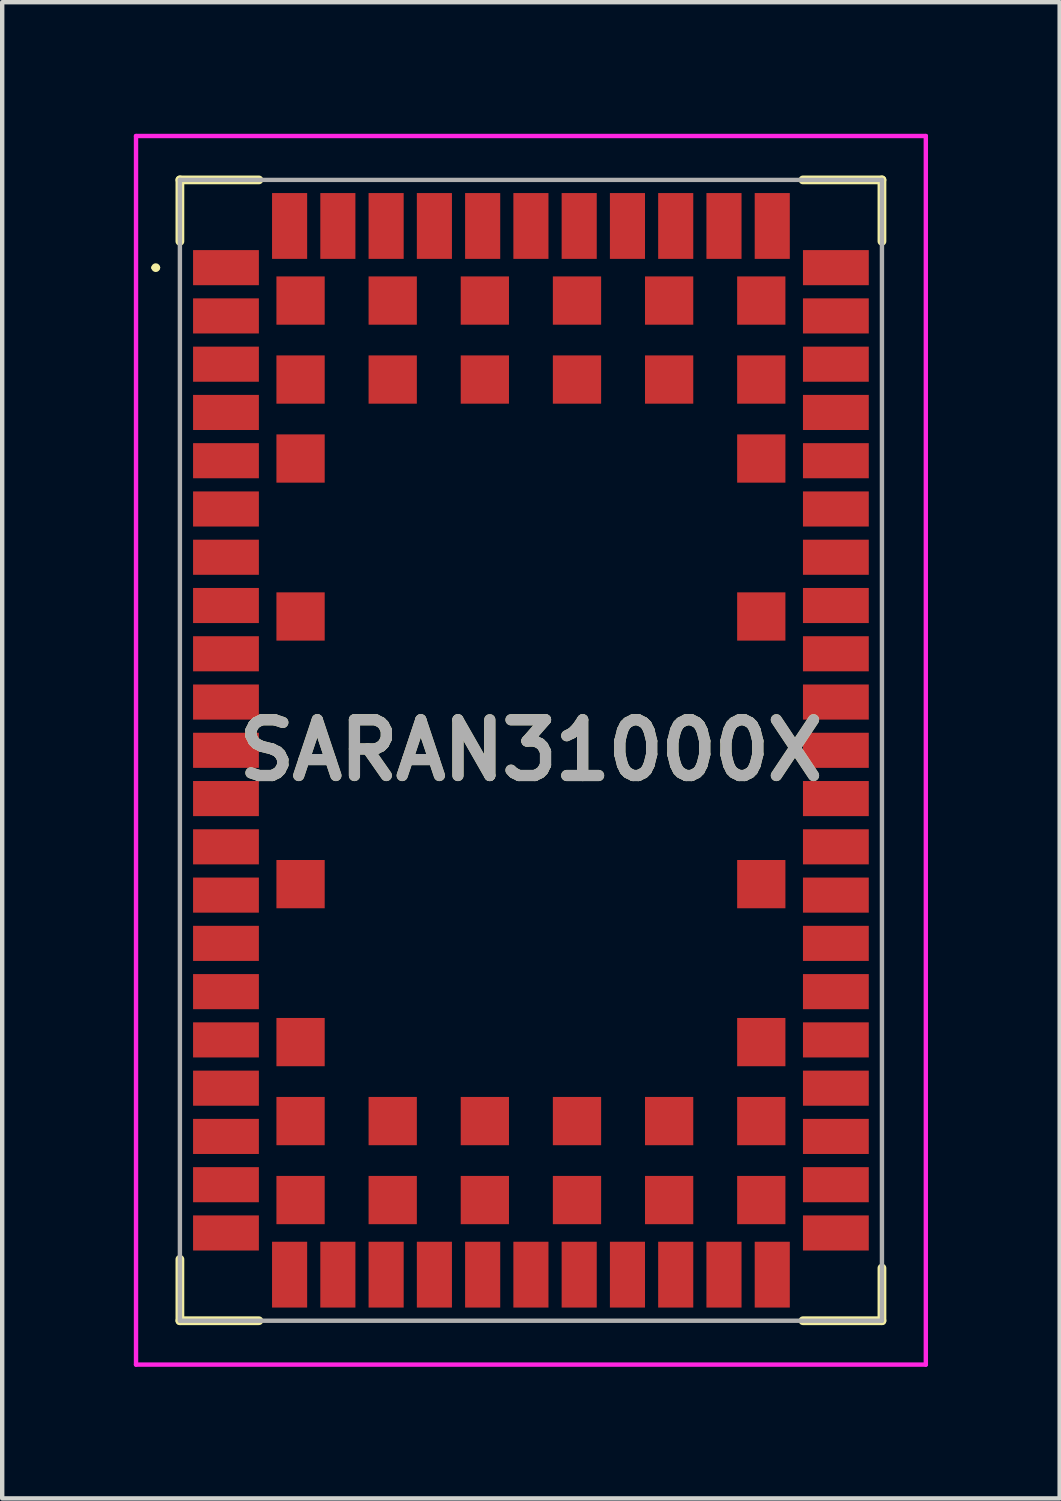
<source format=kicad_pcb>
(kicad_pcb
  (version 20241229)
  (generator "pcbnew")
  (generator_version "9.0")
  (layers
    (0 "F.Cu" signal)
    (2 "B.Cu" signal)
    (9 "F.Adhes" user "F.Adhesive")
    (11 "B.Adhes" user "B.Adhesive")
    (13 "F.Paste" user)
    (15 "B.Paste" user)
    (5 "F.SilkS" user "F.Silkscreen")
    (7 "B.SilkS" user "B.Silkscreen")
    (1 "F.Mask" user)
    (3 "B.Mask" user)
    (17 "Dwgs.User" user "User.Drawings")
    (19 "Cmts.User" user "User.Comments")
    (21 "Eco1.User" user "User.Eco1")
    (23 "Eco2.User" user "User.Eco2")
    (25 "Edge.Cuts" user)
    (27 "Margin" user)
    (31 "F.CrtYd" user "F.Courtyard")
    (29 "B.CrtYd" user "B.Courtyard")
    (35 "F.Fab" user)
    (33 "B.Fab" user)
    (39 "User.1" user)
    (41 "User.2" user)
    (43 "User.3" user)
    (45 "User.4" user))
  (footprint "SARAN31000X"
    (layer "F.Cu")
    (at 9.05 14.05)
    (property "Reference" "SARAN31000X" (at 0 0 0) (layer "F.SilkS") (effects (font (size 1.27 1.27) (thickness 0.254))))
    (attr smd)
    (fp_line (start -8.6 -11) (end -8.6 -11) (stroke (width 0.1) (type solid)) (layer "F.SilkS"))
    (fp_line (start -8.5 -11) (end -8.5 -11) (stroke (width 0.1) (type solid)) (layer "F.SilkS"))
    (fp_line (start -8 -13) (end -6.2 -13) (stroke (width 0.2) (type solid)) (layer "F.SilkS"))
    (fp_line (start -8 -11.6) (end -8 -13) (stroke (width 0.2) (type solid)) (layer "F.SilkS"))
    (fp_line (start -8 11.6) (end -8 13) (stroke (width 0.2) (type solid)) (layer "F.SilkS"))
    (fp_line (start -8 13) (end -6.2 13) (stroke (width 0.2) (type solid)) (layer "F.SilkS"))
    (fp_line (start 6.2 -13) (end 8 -13) (stroke (width 0.2) (type solid)) (layer "F.SilkS"))
    (fp_line (start 6.2 13) (end 8 13) (stroke (width 0.2) (type solid)) (layer "F.SilkS"))
    (fp_line (start 8 -13) (end 8 -11.6) (stroke (width 0.2) (type solid)) (layer "F.SilkS"))
    (fp_line (start 8 13) (end 8 11.8) (stroke (width 0.2) (type solid)) (layer "F.SilkS"))
    (fp_arc (start -8.6 -11) (mid -8.55 -11.05) (end -8.5 -11) (stroke (width 0.1) (type solid)) (layer "F.SilkS"))
    (fp_arc (start -8.5 -11) (mid -8.55 -10.95) (end -8.6 -11) (stroke (width 0.1) (type solid)) (layer "F.SilkS"))
    (fp_line (start -9 -14) (end 9 -14) (stroke (width 0.1) (type solid)) (layer "F.CrtYd"))
    (fp_line (start -9 14) (end -9 -14) (stroke (width 0.1) (type solid)) (layer "F.CrtYd"))
    (fp_line (start 9 -14) (end 9 14) (stroke (width 0.1) (type solid)) (layer "F.CrtYd"))
    (fp_line (start 9 14) (end -9 14) (stroke (width 0.1) (type solid)) (layer "F.CrtYd"))
    (fp_line (start -8 -13) (end 8 -13) (stroke (width 0.1) (type solid)) (layer "F.Fab"))
    (fp_line (start -8 13) (end -8 -13) (stroke (width 0.1) (type solid)) (layer "F.Fab"))
    (fp_line (start 8 -13) (end 8 13) (stroke (width 0.1) (type solid)) (layer "F.Fab"))
    (fp_line (start 8 13) (end -8 13) (stroke (width 0.1) (type solid)) (layer "F.Fab"))
    (fp_text user "${REFERENCE}" (at 0 0 0) (layer "F.Fab") (effects (font (size 1.27 1.27) (thickness 0.254))))
    (pad "1" smd rect (at -6.95 -11 90) (size 0.8 1.5) (layers "F.Cu" "F.Mask" "F.Paste"))
    (pad "2" smd rect (at -6.95 -9.9 90) (size 0.8 1.5) (layers "F.Cu" "F.Mask" "F.Paste"))
    (pad "3" smd rect (at -6.95 -8.8 90) (size 0.8 1.5) (layers "F.Cu" "F.Mask" "F.Paste"))
    (pad "4" smd rect (at -6.95 -7.7 90) (size 0.8 1.5) (layers "F.Cu" "F.Mask" "F.Paste"))
    (pad "5" smd rect (at -6.95 -6.6 90) (size 0.8 1.5) (layers "F.Cu" "F.Mask" "F.Paste"))
    (pad "6" smd rect (at -6.95 -5.5 90) (size 0.8 1.5) (layers "F.Cu" "F.Mask" "F.Paste"))
    (pad "7" smd rect (at -6.95 -4.4 90) (size 0.8 1.5) (layers "F.Cu" "F.Mask" "F.Paste"))
    (pad "8" smd rect (at -6.95 -3.3 90) (size 0.8 1.5) (layers "F.Cu" "F.Mask" "F.Paste"))
    (pad "9" smd rect (at -6.95 -2.2 90) (size 0.8 1.5) (layers "F.Cu" "F.Mask" "F.Paste"))
    (pad "10" smd rect (at -6.95 -1.1 90) (size 0.8 1.5) (layers "F.Cu" "F.Mask" "F.Paste"))
    (pad "11" smd rect (at -6.95 0 90) (size 0.8 1.5) (layers "F.Cu" "F.Mask" "F.Paste"))
    (pad "12" smd rect (at -6.95 1.1 90) (size 0.8 1.5) (layers "F.Cu" "F.Mask" "F.Paste"))
    (pad "13" smd rect (at -6.95 2.2 90) (size 0.8 1.5) (layers "F.Cu" "F.Mask" "F.Paste"))
    (pad "14" smd rect (at -6.95 3.3 90) (size 0.8 1.5) (layers "F.Cu" "F.Mask" "F.Paste"))
    (pad "15" smd rect (at -6.95 4.4 90) (size 0.8 1.5) (layers "F.Cu" "F.Mask" "F.Paste"))
    (pad "16" smd rect (at -6.95 5.5 90) (size 0.8 1.5) (layers "F.Cu" "F.Mask" "F.Paste"))
    (pad "17" smd rect (at -6.95 6.6 90) (size 0.8 1.5) (layers "F.Cu" "F.Mask" "F.Paste"))
    (pad "18" smd rect (at -6.95 7.7 90) (size 0.8 1.5) (layers "F.Cu" "F.Mask" "F.Paste"))
    (pad "19" smd rect (at -6.95 8.8 90) (size 0.8 1.5) (layers "F.Cu" "F.Mask" "F.Paste"))
    (pad "20" smd rect (at -6.95 9.9 90) (size 0.8 1.5) (layers "F.Cu" "F.Mask" "F.Paste"))
    (pad "21" smd rect (at -6.95 11 90) (size 0.8 1.5) (layers "F.Cu" "F.Mask" "F.Paste"))
    (pad "22" smd rect (at -5.5 11.95) (size 0.8 1.5) (layers "F.Cu" "F.Mask" "F.Paste"))
    (pad "23" smd rect (at -4.4 11.95) (size 0.8 1.5) (layers "F.Cu" "F.Mask" "F.Paste"))
    (pad "24" smd rect (at -3.3 11.95) (size 0.8 1.5) (layers "F.Cu" "F.Mask" "F.Paste"))
    (pad "25" smd rect (at -2.2 11.95) (size 0.8 1.5) (layers "F.Cu" "F.Mask" "F.Paste"))
    (pad "26" smd rect (at -1.1 11.95) (size 0.8 1.5) (layers "F.Cu" "F.Mask" "F.Paste"))
    (pad "27" smd rect (at 0 11.95) (size 0.8 1.5) (layers "F.Cu" "F.Mask" "F.Paste"))
    (pad "28" smd rect (at 1.1 11.95) (size 0.8 1.5) (layers "F.Cu" "F.Mask" "F.Paste"))
    (pad "29" smd rect (at 2.2 11.95) (size 0.8 1.5) (layers "F.Cu" "F.Mask" "F.Paste"))
    (pad "30" smd rect (at 3.3 11.95) (size 0.8 1.5) (layers "F.Cu" "F.Mask" "F.Paste"))
    (pad "31" smd rect (at 4.4 11.95) (size 0.8 1.5) (layers "F.Cu" "F.Mask" "F.Paste"))
    (pad "32" smd rect (at 5.5 11.95) (size 0.8 1.5) (layers "F.Cu" "F.Mask" "F.Paste"))
    (pad "33" smd rect (at 6.95 11 90) (size 0.8 1.5) (layers "F.Cu" "F.Mask" "F.Paste"))
    (pad "34" smd rect (at 6.95 9.9 90) (size 0.8 1.5) (layers "F.Cu" "F.Mask" "F.Paste"))
    (pad "35" smd rect (at 6.95 8.8 90) (size 0.8 1.5) (layers "F.Cu" "F.Mask" "F.Paste"))
    (pad "36" smd rect (at 6.95 7.7 90) (size 0.8 1.5) (layers "F.Cu" "F.Mask" "F.Paste"))
    (pad "37" smd rect (at 6.95 6.6 90) (size 0.8 1.5) (layers "F.Cu" "F.Mask" "F.Paste"))
    (pad "38" smd rect (at 6.95 5.5 90) (size 0.8 1.5) (layers "F.Cu" "F.Mask" "F.Paste"))
    (pad "39" smd rect (at 6.95 4.4 90) (size 0.8 1.5) (layers "F.Cu" "F.Mask" "F.Paste"))
    (pad "40" smd rect (at 6.95 3.3 90) (size 0.8 1.5) (layers "F.Cu" "F.Mask" "F.Paste"))
    (pad "41" smd rect (at 6.95 2.2 90) (size 0.8 1.5) (layers "F.Cu" "F.Mask" "F.Paste"))
    (pad "42" smd rect (at 6.95 1.1 90) (size 0.8 1.5) (layers "F.Cu" "F.Mask" "F.Paste"))
    (pad "43" smd rect (at 6.95 0 90) (size 0.8 1.5) (layers "F.Cu" "F.Mask" "F.Paste"))
    (pad "44" smd rect (at 6.95 -1.1 90) (size 0.8 1.5) (layers "F.Cu" "F.Mask" "F.Paste"))
    (pad "45" smd rect (at 6.95 -2.2 90) (size 0.8 1.5) (layers "F.Cu" "F.Mask" "F.Paste"))
    (pad "46" smd rect (at 6.95 -3.3 90) (size 0.8 1.5) (layers "F.Cu" "F.Mask" "F.Paste"))
    (pad "47" smd rect (at 6.95 -4.4 90) (size 0.8 1.5) (layers "F.Cu" "F.Mask" "F.Paste"))
    (pad "48" smd rect (at 6.95 -5.5 90) (size 0.8 1.5) (layers "F.Cu" "F.Mask" "F.Paste"))
    (pad "49" smd rect (at 6.95 -6.6 90) (size 0.8 1.5) (layers "F.Cu" "F.Mask" "F.Paste"))
    (pad "50" smd rect (at 6.95 -7.7 90) (size 0.8 1.5) (layers "F.Cu" "F.Mask" "F.Paste"))
    (pad "51" smd rect (at 6.95 -8.8 90) (size 0.8 1.5) (layers "F.Cu" "F.Mask" "F.Paste"))
    (pad "52" smd rect (at 6.95 -9.9 90) (size 0.8 1.5) (layers "F.Cu" "F.Mask" "F.Paste"))
    (pad "53" smd rect (at 6.95 -11 90) (size 0.8 1.5) (layers "F.Cu" "F.Mask" "F.Paste"))
    (pad "54" smd rect (at 5.5 -11.95) (size 0.8 1.5) (layers "F.Cu" "F.Mask" "F.Paste"))
    (pad "55" smd rect (at 4.4 -11.95) (size 0.8 1.5) (layers "F.Cu" "F.Mask" "F.Paste"))
    (pad "56" smd rect (at 3.3 -11.95) (size 0.8 1.5) (layers "F.Cu" "F.Mask" "F.Paste"))
    (pad "57" smd rect (at 2.2 -11.95) (size 0.8 1.5) (layers "F.Cu" "F.Mask" "F.Paste"))
    (pad "58" smd rect (at 1.1 -11.95) (size 0.8 1.5) (layers "F.Cu" "F.Mask" "F.Paste"))
    (pad "59" smd rect (at 0 -11.95) (size 0.8 1.5) (layers "F.Cu" "F.Mask" "F.Paste"))
    (pad "60" smd rect (at -1.1 -11.95) (size 0.8 1.5) (layers "F.Cu" "F.Mask" "F.Paste"))
    (pad "61" smd rect (at -2.2 -11.95) (size 0.8 1.5) (layers "F.Cu" "F.Mask" "F.Paste"))
    (pad "62" smd rect (at -3.3 -11.95) (size 0.8 1.5) (layers "F.Cu" "F.Mask" "F.Paste"))
    (pad "63" smd rect (at -4.4 -11.95) (size 0.8 1.5) (layers "F.Cu" "F.Mask" "F.Paste"))
    (pad "64" smd rect (at -5.5 -11.95) (size 0.8 1.5) (layers "F.Cu" "F.Mask" "F.Paste"))
    (pad "65" smd rect (at -5.25 -10.25) (size 1.1 1.1) (layers "F.Cu" "F.Mask" "F.Paste"))
    (pad "66" smd rect (at -3.15 -10.25) (size 1.1 1.1) (layers "F.Cu" "F.Mask" "F.Paste"))
    (pad "67" smd rect (at -1.05 -10.25) (size 1.1 1.1) (layers "F.Cu" "F.Mask" "F.Paste"))
    (pad "68" smd rect (at 1.05 -10.25) (size 1.1 1.1) (layers "F.Cu" "F.Mask" "F.Paste"))
    (pad "69" smd rect (at 3.15 -10.25) (size 1.1 1.1) (layers "F.Cu" "F.Mask" "F.Paste"))
    (pad "70" smd rect (at 5.25 -10.25) (size 1.1 1.1) (layers "F.Cu" "F.Mask" "F.Paste"))
    (pad "71" smd rect (at -5.25 -8.45) (size 1.1 1.1) (layers "F.Cu" "F.Mask" "F.Paste"))
    (pad "72" smd rect (at -3.15 -8.45) (size 1.1 1.1) (layers "F.Cu" "F.Mask" "F.Paste"))
    (pad "73" smd rect (at -1.05 -8.45) (size 1.1 1.1) (layers "F.Cu" "F.Mask" "F.Paste"))
    (pad "74" smd rect (at 1.05 -8.45) (size 1.1 1.1) (layers "F.Cu" "F.Mask" "F.Paste"))
    (pad "75" smd rect (at 3.15 -8.45) (size 1.1 1.1) (layers "F.Cu" "F.Mask" "F.Paste"))
    (pad "76" smd rect (at 5.25 -8.45) (size 1.1 1.1) (layers "F.Cu" "F.Mask" "F.Paste"))
    (pad "77" smd rect (at -5.25 -6.65) (size 1.1 1.1) (layers "F.Cu" "F.Mask" "F.Paste"))
    (pad "78" smd rect (at 5.25 -6.65) (size 1.1 1.1) (layers "F.Cu" "F.Mask" "F.Paste"))
    (pad "79" smd rect (at -5.25 -3.05) (size 1.1 1.1) (layers "F.Cu" "F.Mask" "F.Paste"))
    (pad "80" smd rect (at 5.25 -3.05) (size 1.1 1.1) (layers "F.Cu" "F.Mask" "F.Paste"))
    (pad "81" smd rect (at -5.25 3.05) (size 1.1 1.1) (layers "F.Cu" "F.Mask" "F.Paste"))
    (pad "82" smd rect (at 5.25 3.05) (size 1.1 1.1) (layers "F.Cu" "F.Mask" "F.Paste"))
    (pad "83" smd rect (at -5.25 6.65) (size 1.1 1.1) (layers "F.Cu" "F.Mask" "F.Paste"))
    (pad "84" smd rect (at 5.25 6.65) (size 1.1 1.1) (layers "F.Cu" "F.Mask" "F.Paste"))
    (pad "85" smd rect (at -5.25 8.45) (size 1.1 1.1) (layers "F.Cu" "F.Mask" "F.Paste"))
    (pad "86" smd rect (at -3.15 8.45) (size 1.1 1.1) (layers "F.Cu" "F.Mask" "F.Paste"))
    (pad "87" smd rect (at -1.05 8.45) (size 1.1 1.1) (layers "F.Cu" "F.Mask" "F.Paste"))
    (pad "88" smd rect (at 1.05 8.45) (size 1.1 1.1) (layers "F.Cu" "F.Mask" "F.Paste"))
    (pad "89" smd rect (at 3.15 8.45) (size 1.1 1.1) (layers "F.Cu" "F.Mask" "F.Paste"))
    (pad "90" smd rect (at 5.25 8.45) (size 1.1 1.1) (layers "F.Cu" "F.Mask" "F.Paste"))
    (pad "91" smd rect (at -5.25 10.25) (size 1.1 1.1) (layers "F.Cu" "F.Mask" "F.Paste"))
    (pad "92" smd rect (at -3.15 10.25) (size 1.1 1.1) (layers "F.Cu" "F.Mask" "F.Paste"))
    (pad "93" smd rect (at -1.05 10.25) (size 1.1 1.1) (layers "F.Cu" "F.Mask" "F.Paste"))
    (pad "94" smd rect (at 1.05 10.25) (size 1.1 1.1) (layers "F.Cu" "F.Mask" "F.Paste"))
    (pad "95" smd rect (at 3.15 10.25) (size 1.1 1.1) (layers "F.Cu" "F.Mask" "F.Paste"))
    (pad "96" smd rect (at 5.25 10.25) (size 1.1 1.1) (layers "F.Cu" "F.Mask" "F.Paste")))
  (gr_rect
    (start -3 -3)
    (end 21.1 31.1)
    (stroke (width 0.1) (type default))
    (fill no)
    (layer "Edge.Cuts")))
</source>
